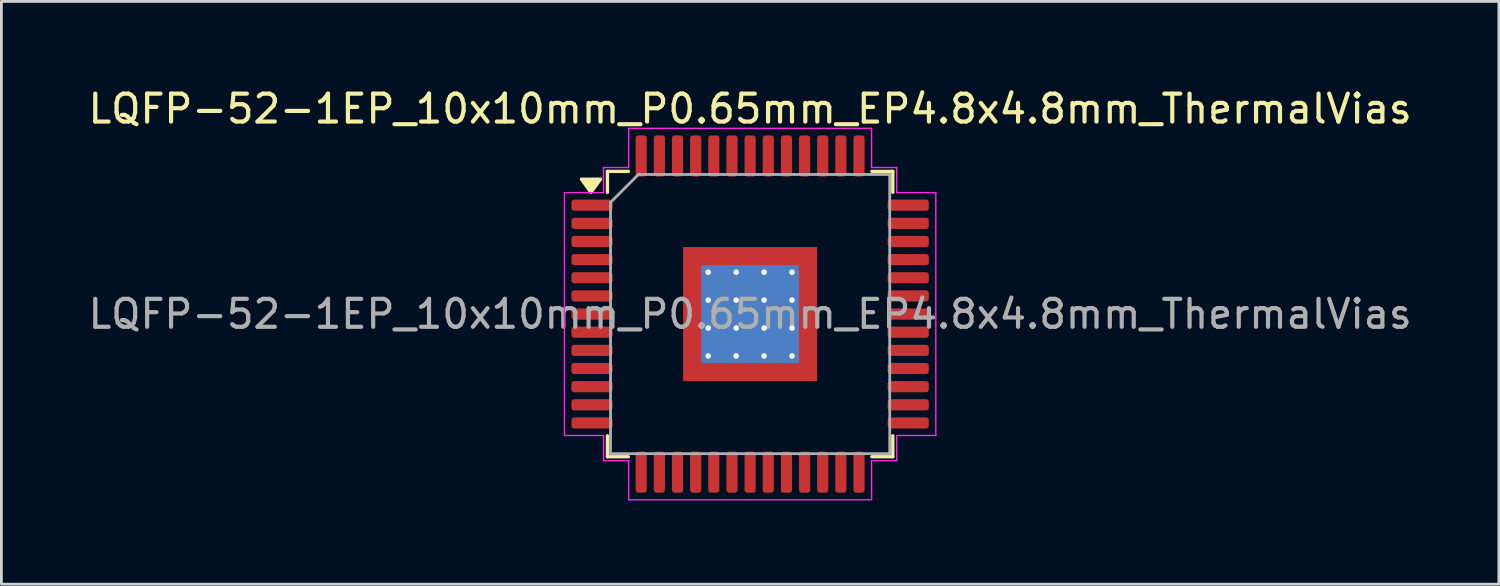
<source format=kicad_pcb>
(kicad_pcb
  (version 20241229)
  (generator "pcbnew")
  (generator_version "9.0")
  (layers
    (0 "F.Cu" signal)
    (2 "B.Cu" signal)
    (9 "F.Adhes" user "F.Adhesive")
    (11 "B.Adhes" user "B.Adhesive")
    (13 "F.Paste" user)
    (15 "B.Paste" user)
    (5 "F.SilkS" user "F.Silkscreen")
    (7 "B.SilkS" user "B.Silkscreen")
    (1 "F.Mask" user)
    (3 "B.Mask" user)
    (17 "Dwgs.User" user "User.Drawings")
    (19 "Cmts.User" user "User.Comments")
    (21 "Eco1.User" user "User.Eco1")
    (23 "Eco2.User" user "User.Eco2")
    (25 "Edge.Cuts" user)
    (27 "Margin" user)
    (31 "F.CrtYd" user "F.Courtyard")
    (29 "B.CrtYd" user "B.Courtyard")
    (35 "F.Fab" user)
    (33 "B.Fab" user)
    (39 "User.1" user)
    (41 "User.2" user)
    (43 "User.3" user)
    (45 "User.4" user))
  (footprint "LQFP-52-1EP_10x10mm_P0.65mm_EP4.8x4.8mm_ThermalVias"
    (layer "F.Cu")
    (at 23.815 8.198)
    (property "Reference" "LQFP-52-1EP_10x10mm_P0.65mm_EP4.8x4.8mm_ThermalVias" (at 0 -7.35 0) (layer "F.SilkS") (effects (font (size 1 1) (thickness 0.15))))
    (attr smd)
    (fp_line (start -5.11 -5.11) (end -5.11 -4.36) (stroke (width 0.12) (type solid)) (layer "F.SilkS"))
    (fp_line (start -5.11 5.11) (end -5.11 4.36) (stroke (width 0.12) (type solid)) (layer "F.SilkS"))
    (fp_line (start -4.36 -5.11) (end -5.11 -5.11) (stroke (width 0.12) (type solid)) (layer "F.SilkS"))
    (fp_line (start -4.36 5.11) (end -5.11 5.11) (stroke (width 0.12) (type solid)) (layer "F.SilkS"))
    (fp_line (start 4.36 -5.11) (end 5.11 -5.11) (stroke (width 0.12) (type solid)) (layer "F.SilkS"))
    (fp_line (start 4.36 5.11) (end 5.11 5.11) (stroke (width 0.12) (type solid)) (layer "F.SilkS"))
    (fp_line (start 5.11 -5.11) (end 5.11 -4.36) (stroke (width 0.12) (type solid)) (layer "F.SilkS"))
    (fp_line (start 5.11 5.11) (end 5.11 4.36) (stroke (width 0.12) (type solid)) (layer "F.SilkS"))
    (fp_poly (pts (xy -5.7 -4.36) (xy -6.04 -4.83) (xy -5.36 -4.83) (xy -5.7 -4.36)) (stroke (width 0.12) (type solid)) (fill yes) (layer "F.SilkS"))
    (fp_line (start -6.65 -4.35) (end -6.65 0) (stroke (width 0.05) (type solid)) (layer "F.CrtYd"))
    (fp_line (start -6.65 4.35) (end -6.65 0) (stroke (width 0.05) (type solid)) (layer "F.CrtYd"))
    (fp_line (start -5.25 -5.25) (end -5.25 -4.35) (stroke (width 0.05) (type solid)) (layer "F.CrtYd"))
    (fp_line (start -5.25 -4.35) (end -6.65 -4.35) (stroke (width 0.05) (type solid)) (layer "F.CrtYd"))
    (fp_line (start -5.25 4.35) (end -6.65 4.35) (stroke (width 0.05) (type solid)) (layer "F.CrtYd"))
    (fp_line (start -5.25 5.25) (end -5.25 4.35) (stroke (width 0.05) (type solid)) (layer "F.CrtYd"))
    (fp_line (start -4.35 -6.65) (end -4.35 -5.25) (stroke (width 0.05) (type solid)) (layer "F.CrtYd"))
    (fp_line (start -4.35 -5.25) (end -5.25 -5.25) (stroke (width 0.05) (type solid)) (layer "F.CrtYd"))
    (fp_line (start -4.35 5.25) (end -5.25 5.25) (stroke (width 0.05) (type solid)) (layer "F.CrtYd"))
    (fp_line (start -4.35 6.65) (end -4.35 5.25) (stroke (width 0.05) (type solid)) (layer "F.CrtYd"))
    (fp_line (start 0 -6.65) (end -4.35 -6.65) (stroke (width 0.05) (type solid)) (layer "F.CrtYd"))
    (fp_line (start 0 -6.65) (end 4.35 -6.65) (stroke (width 0.05) (type solid)) (layer "F.CrtYd"))
    (fp_line (start 0 6.65) (end -4.35 6.65) (stroke (width 0.05) (type solid)) (layer "F.CrtYd"))
    (fp_line (start 0 6.65) (end 4.35 6.65) (stroke (width 0.05) (type solid)) (layer "F.CrtYd"))
    (fp_line (start 4.35 -6.65) (end 4.35 -5.25) (stroke (width 0.05) (type solid)) (layer "F.CrtYd"))
    (fp_line (start 4.35 -5.25) (end 5.25 -5.25) (stroke (width 0.05) (type solid)) (layer "F.CrtYd"))
    (fp_line (start 4.35 5.25) (end 5.25 5.25) (stroke (width 0.05) (type solid)) (layer "F.CrtYd"))
    (fp_line (start 4.35 6.65) (end 4.35 5.25) (stroke (width 0.05) (type solid)) (layer "F.CrtYd"))
    (fp_line (start 5.25 -5.25) (end 5.25 -4.35) (stroke (width 0.05) (type solid)) (layer "F.CrtYd"))
    (fp_line (start 5.25 -4.35) (end 6.65 -4.35) (stroke (width 0.05) (type solid)) (layer "F.CrtYd"))
    (fp_line (start 5.25 4.35) (end 6.65 4.35) (stroke (width 0.05) (type solid)) (layer "F.CrtYd"))
    (fp_line (start 5.25 5.25) (end 5.25 4.35) (stroke (width 0.05) (type solid)) (layer "F.CrtYd"))
    (fp_line (start 6.65 -4.35) (end 6.65 0) (stroke (width 0.05) (type solid)) (layer "F.CrtYd"))
    (fp_line (start 6.65 4.35) (end 6.65 0) (stroke (width 0.05) (type solid)) (layer "F.CrtYd"))
    (fp_line (start -5 -4) (end -4 -5) (stroke (width 0.1) (type solid)) (layer "F.Fab"))
    (fp_line (start -5 5) (end -5 -4) (stroke (width 0.1) (type solid)) (layer "F.Fab"))
    (fp_line (start -4 -5) (end 5 -5) (stroke (width 0.1) (type solid)) (layer "F.Fab"))
    (fp_line (start 5 -5) (end 5 5) (stroke (width 0.1) (type solid)) (layer "F.Fab"))
    (fp_line (start 5 5) (end -5 5) (stroke (width 0.1) (type solid)) (layer "F.Fab"))
    (fp_text user "${REFERENCE}" (at 0 0 0) (layer "F.Fab") (effects (font (size 1 1) (thickness 0.15))))
    (pad "" smd custom (at -1.95 -1.95) (size 0.649 0.649) (layers "F.Paste") (options (anchor circle)) (primitives (gr_poly (pts (xy -0.286 -0.286) (xy 0.286 -0.286) (xy 0.286 0.223) (xy 0.223 0.286) (xy -0.286 0.286)) (width 0.153) (fill yes))))
    (pad "" smd roundrect (at -1.95 -1) (size 0.726 0.806) (layers "F.Paste") (roundrect_rratio 0.25))
    (pad "" smd roundrect (at -1.95 0) (size 0.726 0.806) (layers "F.Paste") (roundrect_rratio 0.25))
    (pad "" smd roundrect (at -1.95 1) (size 0.726 0.806) (layers "F.Paste") (roundrect_rratio 0.25))
    (pad "" smd custom (at -1.95 1.95) (size 0.649 0.649) (layers "F.Paste") (options (anchor circle)) (primitives (gr_poly (pts (xy -0.286 -0.286) (xy 0.223 -0.286) (xy 0.286 -0.223) (xy 0.286 0.286) (xy -0.286 0.286)) (width 0.153) (fill yes))))
    (pad "" smd roundrect (at -1 -1.95) (size 0.806 0.726) (layers "F.Paste") (roundrect_rratio 0.25))
    (pad "" smd roundrect (at -1 -1) (size 0.806 0.806) (layers "F.Paste") (roundrect_rratio 0.25))
    (pad "" smd roundrect (at -1 0) (size 0.806 0.806) (layers "F.Paste") (roundrect_rratio 0.25))
    (pad "" smd roundrect (at -1 1) (size 0.806 0.806) (layers "F.Paste") (roundrect_rratio 0.25))
    (pad "" smd roundrect (at -1 1.95) (size 0.806 0.726) (layers "F.Paste") (roundrect_rratio 0.25))
    (pad "" smd roundrect (at 0 -1.95) (size 0.806 0.726) (layers "F.Paste") (roundrect_rratio 0.25))
    (pad "" smd roundrect (at 0 -1) (size 0.806 0.806) (layers "F.Paste") (roundrect_rratio 0.25))
    (pad "" smd roundrect (at 0 0) (size 0.806 0.806) (layers "F.Paste") (roundrect_rratio 0.25))
    (pad "" smd roundrect (at 0 1) (size 0.806 0.806) (layers "F.Paste") (roundrect_rratio 0.25))
    (pad "" smd roundrect (at 0 1.95) (size 0.806 0.726) (layers "F.Paste") (roundrect_rratio 0.25))
    (pad "" smd roundrect (at 1 -1.95) (size 0.806 0.726) (layers "F.Paste") (roundrect_rratio 0.25))
    (pad "" smd roundrect (at 1 -1) (size 0.806 0.806) (layers "F.Paste") (roundrect_rratio 0.25))
    (pad "" smd roundrect (at 1 0) (size 0.806 0.806) (layers "F.Paste") (roundrect_rratio 0.25))
    (pad "" smd roundrect (at 1 1) (size 0.806 0.806) (layers "F.Paste") (roundrect_rratio 0.25))
    (pad "" smd roundrect (at 1 1.95) (size 0.806 0.726) (layers "F.Paste") (roundrect_rratio 0.25))
    (pad "" smd custom (at 1.95 -1.95) (size 0.649 0.649) (layers "F.Paste") (options (anchor circle)) (primitives (gr_poly (pts (xy -0.286 -0.286) (xy 0.286 -0.286) (xy 0.286 0.286) (xy -0.223 0.286) (xy -0.286 0.223)) (width 0.153) (fill yes))))
    (pad "" smd roundrect (at 1.95 -1) (size 0.726 0.806) (layers "F.Paste") (roundrect_rratio 0.25))
    (pad "" smd roundrect (at 1.95 0) (size 0.726 0.806) (layers "F.Paste") (roundrect_rratio 0.25))
    (pad "" smd roundrect (at 1.95 1) (size 0.726 0.806) (layers "F.Paste") (roundrect_rratio 0.25))
    (pad "" smd custom (at 1.95 1.95) (size 0.649 0.649) (layers "F.Paste") (options (anchor circle)) (primitives (gr_poly (pts (xy -0.286 -0.223) (xy -0.223 -0.286) (xy 0.286 -0.286) (xy 0.286 0.286) (xy -0.286 0.286)) (width 0.153) (fill yes))))
    (pad "1" smd roundrect (at -5.662 -3.9) (size 1.475 0.4) (layers "F.Cu" "F.Mask" "F.Paste") (roundrect_rratio 0.25))
    (pad "2" smd roundrect (at -5.662 -3.25) (size 1.475 0.4) (layers "F.Cu" "F.Mask" "F.Paste") (roundrect_rratio 0.25))
    (pad "3" smd roundrect (at -5.662 -2.6) (size 1.475 0.4) (layers "F.Cu" "F.Mask" "F.Paste") (roundrect_rratio 0.25))
    (pad "4" smd roundrect (at -5.662 -1.95) (size 1.475 0.4) (layers "F.Cu" "F.Mask" "F.Paste") (roundrect_rratio 0.25))
    (pad "5" smd roundrect (at -5.662 -1.3) (size 1.475 0.4) (layers "F.Cu" "F.Mask" "F.Paste") (roundrect_rratio 0.25))
    (pad "6" smd roundrect (at -5.662 -0.65) (size 1.475 0.4) (layers "F.Cu" "F.Mask" "F.Paste") (roundrect_rratio 0.25))
    (pad "7" smd roundrect (at -5.662 0) (size 1.475 0.4) (layers "F.Cu" "F.Mask" "F.Paste") (roundrect_rratio 0.25))
    (pad "8" smd roundrect (at -5.662 0.65) (size 1.475 0.4) (layers "F.Cu" "F.Mask" "F.Paste") (roundrect_rratio 0.25))
    (pad "9" smd roundrect (at -5.662 1.3) (size 1.475 0.4) (layers "F.Cu" "F.Mask" "F.Paste") (roundrect_rratio 0.25))
    (pad "10" smd roundrect (at -5.662 1.95) (size 1.475 0.4) (layers "F.Cu" "F.Mask" "F.Paste") (roundrect_rratio 0.25))
    (pad "11" smd roundrect (at -5.662 2.6) (size 1.475 0.4) (layers "F.Cu" "F.Mask" "F.Paste") (roundrect_rratio 0.25))
    (pad "12" smd roundrect (at -5.662 3.25) (size 1.475 0.4) (layers "F.Cu" "F.Mask" "F.Paste") (roundrect_rratio 0.25))
    (pad "13" smd roundrect (at -5.662 3.9) (size 1.475 0.4) (layers "F.Cu" "F.Mask" "F.Paste") (roundrect_rratio 0.25))
    (pad "14" smd roundrect (at -3.9 5.662) (size 0.4 1.475) (layers "F.Cu" "F.Mask" "F.Paste") (roundrect_rratio 0.25))
    (pad "15" smd roundrect (at -3.25 5.662) (size 0.4 1.475) (layers "F.Cu" "F.Mask" "F.Paste") (roundrect_rratio 0.25))
    (pad "16" smd roundrect (at -2.6 5.662) (size 0.4 1.475) (layers "F.Cu" "F.Mask" "F.Paste") (roundrect_rratio 0.25))
    (pad "17" smd roundrect (at -1.95 5.662) (size 0.4 1.475) (layers "F.Cu" "F.Mask" "F.Paste") (roundrect_rratio 0.25))
    (pad "18" smd roundrect (at -1.3 5.662) (size 0.4 1.475) (layers "F.Cu" "F.Mask" "F.Paste") (roundrect_rratio 0.25))
    (pad "19" smd roundrect (at -0.65 5.662) (size 0.4 1.475) (layers "F.Cu" "F.Mask" "F.Paste") (roundrect_rratio 0.25))
    (pad "20" smd roundrect (at 0 5.662) (size 0.4 1.475) (layers "F.Cu" "F.Mask" "F.Paste") (roundrect_rratio 0.25))
    (pad "21" smd roundrect (at 0.65 5.662) (size 0.4 1.475) (layers "F.Cu" "F.Mask" "F.Paste") (roundrect_rratio 0.25))
    (pad "22" smd roundrect (at 1.3 5.662) (size 0.4 1.475) (layers "F.Cu" "F.Mask" "F.Paste") (roundrect_rratio 0.25))
    (pad "23" smd roundrect (at 1.95 5.662) (size 0.4 1.475) (layers "F.Cu" "F.Mask" "F.Paste") (roundrect_rratio 0.25))
    (pad "24" smd roundrect (at 2.6 5.662) (size 0.4 1.475) (layers "F.Cu" "F.Mask" "F.Paste") (roundrect_rratio 0.25))
    (pad "25" smd roundrect (at 3.25 5.662) (size 0.4 1.475) (layers "F.Cu" "F.Mask" "F.Paste") (roundrect_rratio 0.25))
    (pad "26" smd roundrect (at 3.9 5.662) (size 0.4 1.475) (layers "F.Cu" "F.Mask" "F.Paste") (roundrect_rratio 0.25))
    (pad "27" smd roundrect (at 5.662 3.9) (size 1.475 0.4) (layers "F.Cu" "F.Mask" "F.Paste") (roundrect_rratio 0.25))
    (pad "28" smd roundrect (at 5.662 3.25) (size 1.475 0.4) (layers "F.Cu" "F.Mask" "F.Paste") (roundrect_rratio 0.25))
    (pad "29" smd roundrect (at 5.662 2.6) (size 1.475 0.4) (layers "F.Cu" "F.Mask" "F.Paste") (roundrect_rratio 0.25))
    (pad "30" smd roundrect (at 5.662 1.95) (size 1.475 0.4) (layers "F.Cu" "F.Mask" "F.Paste") (roundrect_rratio 0.25))
    (pad "31" smd roundrect (at 5.662 1.3) (size 1.475 0.4) (layers "F.Cu" "F.Mask" "F.Paste") (roundrect_rratio 0.25))
    (pad "32" smd roundrect (at 5.662 0.65) (size 1.475 0.4) (layers "F.Cu" "F.Mask" "F.Paste") (roundrect_rratio 0.25))
    (pad "33" smd roundrect (at 5.662 0) (size 1.475 0.4) (layers "F.Cu" "F.Mask" "F.Paste") (roundrect_rratio 0.25))
    (pad "34" smd roundrect (at 5.662 -0.65) (size 1.475 0.4) (layers "F.Cu" "F.Mask" "F.Paste") (roundrect_rratio 0.25))
    (pad "35" smd roundrect (at 5.662 -1.3) (size 1.475 0.4) (layers "F.Cu" "F.Mask" "F.Paste") (roundrect_rratio 0.25))
    (pad "36" smd roundrect (at 5.662 -1.95) (size 1.475 0.4) (layers "F.Cu" "F.Mask" "F.Paste") (roundrect_rratio 0.25))
    (pad "37" smd roundrect (at 5.662 -2.6) (size 1.475 0.4) (layers "F.Cu" "F.Mask" "F.Paste") (roundrect_rratio 0.25))
    (pad "38" smd roundrect (at 5.662 -3.25) (size 1.475 0.4) (layers "F.Cu" "F.Mask" "F.Paste") (roundrect_rratio 0.25))
    (pad "39" smd roundrect (at 5.662 -3.9) (size 1.475 0.4) (layers "F.Cu" "F.Mask" "F.Paste") (roundrect_rratio 0.25))
    (pad "40" smd roundrect (at 3.9 -5.662) (size 0.4 1.475) (layers "F.Cu" "F.Mask" "F.Paste") (roundrect_rratio 0.25))
    (pad "41" smd roundrect (at 3.25 -5.662) (size 0.4 1.475) (layers "F.Cu" "F.Mask" "F.Paste") (roundrect_rratio 0.25))
    (pad "42" smd roundrect (at 2.6 -5.662) (size 0.4 1.475) (layers "F.Cu" "F.Mask" "F.Paste") (roundrect_rratio 0.25))
    (pad "43" smd roundrect (at 1.95 -5.662) (size 0.4 1.475) (layers "F.Cu" "F.Mask" "F.Paste") (roundrect_rratio 0.25))
    (pad "44" smd roundrect (at 1.3 -5.662) (size 0.4 1.475) (layers "F.Cu" "F.Mask" "F.Paste") (roundrect_rratio 0.25))
    (pad "45" smd roundrect (at 0.65 -5.662) (size 0.4 1.475) (layers "F.Cu" "F.Mask" "F.Paste") (roundrect_rratio 0.25))
    (pad "46" smd roundrect (at 0 -5.662) (size 0.4 1.475) (layers "F.Cu" "F.Mask" "F.Paste") (roundrect_rratio 0.25))
    (pad "47" smd roundrect (at -0.65 -5.662) (size 0.4 1.475) (layers "F.Cu" "F.Mask" "F.Paste") (roundrect_rratio 0.25))
    (pad "48" smd roundrect (at -1.3 -5.662) (size 0.4 1.475) (layers "F.Cu" "F.Mask" "F.Paste") (roundrect_rratio 0.25))
    (pad "49" smd roundrect (at -1.95 -5.662) (size 0.4 1.475) (layers "F.Cu" "F.Mask" "F.Paste") (roundrect_rratio 0.25))
    (pad "50" smd roundrect (at -2.6 -5.662) (size 0.4 1.475) (layers "F.Cu" "F.Mask" "F.Paste") (roundrect_rratio 0.25))
    (pad "51" smd roundrect (at -3.25 -5.662) (size 0.4 1.475) (layers "F.Cu" "F.Mask" "F.Paste") (roundrect_rratio 0.25))
    (pad "52" smd roundrect (at -3.9 -5.662) (size 0.4 1.475) (layers "F.Cu" "F.Mask" "F.Paste") (roundrect_rratio 0.25))
    (pad "53" thru_hole circle (at -1.5 -1.5) (size 0.5 0.5) (drill 0.2) (property pad_prop_heatsink) (layers "*.Cu"))
    (pad "53" thru_hole circle (at -1.5 -0.5) (size 0.5 0.5) (drill 0.2) (property pad_prop_heatsink) (layers "*.Cu"))
    (pad "53" thru_hole circle (at -1.5 0.5) (size 0.5 0.5) (drill 0.2) (property pad_prop_heatsink) (layers "*.Cu"))
    (pad "53" thru_hole circle (at -1.5 1.5) (size 0.5 0.5) (drill 0.2) (property pad_prop_heatsink) (layers "*.Cu"))
    (pad "53" thru_hole circle (at -0.5 -1.5) (size 0.5 0.5) (drill 0.2) (property pad_prop_heatsink) (layers "*.Cu"))
    (pad "53" thru_hole circle (at -0.5 -0.5) (size 0.5 0.5) (drill 0.2) (property pad_prop_heatsink) (layers "*.Cu"))
    (pad "53" thru_hole circle (at -0.5 0.5) (size 0.5 0.5) (drill 0.2) (property pad_prop_heatsink) (layers "*.Cu"))
    (pad "53" thru_hole circle (at -0.5 1.5) (size 0.5 0.5) (drill 0.2) (property pad_prop_heatsink) (layers "*.Cu"))
    (pad "53" smd rect (at 0 0) (size 3.5 3.5) (property pad_prop_heatsink) (layers "B.Cu"))
    (pad "53" smd rect (at 0 0) (size 4.8 4.8) (property pad_prop_heatsink) (layers "F.Cu" "F.Mask"))
    (pad "53" thru_hole circle (at 0.5 -1.5) (size 0.5 0.5) (drill 0.2) (property pad_prop_heatsink) (layers "*.Cu"))
    (pad "53" thru_hole circle (at 0.5 -0.5) (size 0.5 0.5) (drill 0.2) (property pad_prop_heatsink) (layers "*.Cu"))
    (pad "53" thru_hole circle (at 0.5 0.5) (size 0.5 0.5) (drill 0.2) (property pad_prop_heatsink) (layers "*.Cu"))
    (pad "53" thru_hole circle (at 0.5 1.5) (size 0.5 0.5) (drill 0.2) (property pad_prop_heatsink) (layers "*.Cu"))
    (pad "53" thru_hole circle (at 1.5 -1.5) (size 0.5 0.5) (drill 0.2) (property pad_prop_heatsink) (layers "*.Cu"))
    (pad "53" thru_hole circle (at 1.5 -0.5) (size 0.5 0.5) (drill 0.2) (property pad_prop_heatsink) (layers "*.Cu"))
    (pad "53" thru_hole circle (at 1.5 0.5) (size 0.5 0.5) (drill 0.2) (property pad_prop_heatsink) (layers "*.Cu"))
    (pad "53" thru_hole circle (at 1.5 1.5) (size 0.5 0.5) (drill 0.2) (property pad_prop_heatsink) (layers "*.Cu")))
  (gr_rect
    (start -3 -3)
    (end 50.631 17.873)
    (stroke (width 0.1) (type default))
    (fill no)
    (layer "Edge.Cuts")))
</source>
